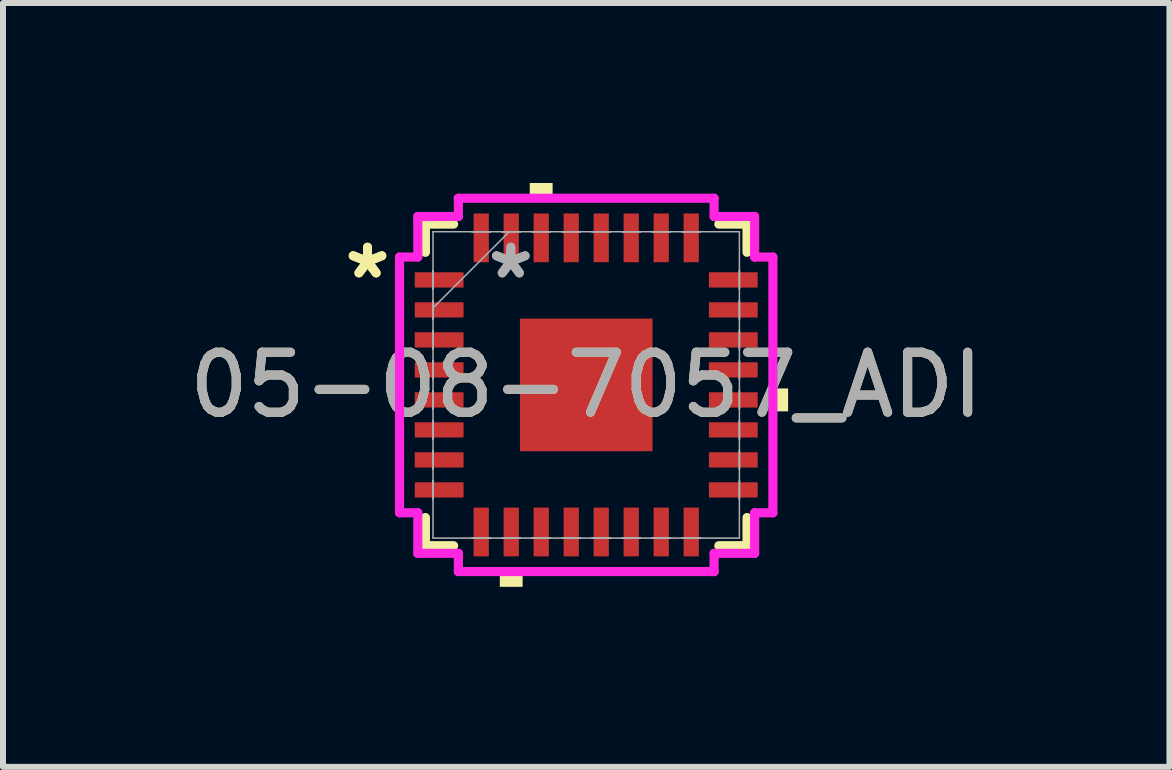
<source format=kicad_pcb>
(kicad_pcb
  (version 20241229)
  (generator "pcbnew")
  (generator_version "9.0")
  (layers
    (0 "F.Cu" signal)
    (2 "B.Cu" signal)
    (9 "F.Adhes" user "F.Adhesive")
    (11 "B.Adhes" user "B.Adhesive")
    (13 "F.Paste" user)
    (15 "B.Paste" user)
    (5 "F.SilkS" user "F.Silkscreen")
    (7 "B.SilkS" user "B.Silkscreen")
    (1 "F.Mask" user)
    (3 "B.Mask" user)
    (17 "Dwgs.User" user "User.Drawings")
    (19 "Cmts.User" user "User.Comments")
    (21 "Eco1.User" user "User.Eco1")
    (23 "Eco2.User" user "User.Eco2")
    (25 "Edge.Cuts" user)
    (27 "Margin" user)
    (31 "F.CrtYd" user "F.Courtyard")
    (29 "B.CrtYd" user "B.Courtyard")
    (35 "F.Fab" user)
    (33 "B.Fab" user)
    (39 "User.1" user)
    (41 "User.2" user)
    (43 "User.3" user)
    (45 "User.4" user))
  (footprint "05-08-7057_ADI"
    (layer "F.Cu")
    (at 6.72 3.365)
    (property "Reference" "05-08-7057_ADI" (at 0 0 0) (unlocked yes) (layer "F.SilkS") (effects (font (size 1 1) (thickness 0.15))))
    (attr smd)
    (fp_line (start -2.68 -2.68) (end -2.68 -2.21) (stroke (width 0.152) (type solid)) (layer "F.SilkS"))
    (fp_line (start -2.68 2.21) (end -2.68 2.68) (stroke (width 0.152) (type solid)) (layer "F.SilkS"))
    (fp_line (start -2.68 2.68) (end -2.21 2.68) (stroke (width 0.152) (type solid)) (layer "F.SilkS"))
    (fp_line (start -2.21 -2.68) (end -2.68 -2.68) (stroke (width 0.152) (type solid)) (layer "F.SilkS"))
    (fp_line (start 2.21 2.68) (end 2.68 2.68) (stroke (width 0.152) (type solid)) (layer "F.SilkS"))
    (fp_line (start 2.68 -2.68) (end 2.21 -2.68) (stroke (width 0.152) (type solid)) (layer "F.SilkS"))
    (fp_line (start 2.68 -2.21) (end 2.68 -2.68) (stroke (width 0.152) (type solid)) (layer "F.SilkS"))
    (fp_line (start 2.68 2.68) (end 2.68 2.21) (stroke (width 0.152) (type solid)) (layer "F.SilkS"))
    (fp_poly (pts (xy -1.44 3.111) (xy -1.44 3.365) (xy -1.06 3.365) (xy -1.06 3.111)) (stroke (width 0) (type solid)) (fill yes) (layer "F.SilkS"))
    (fp_poly (pts (xy -0.941 -3.111) (xy -0.941 -3.365) (xy -0.56 -3.365) (xy -0.56 -3.111)) (stroke (width 0) (type solid)) (fill yes) (layer "F.SilkS"))
    (fp_poly (pts (xy 3.365 0.059) (xy 3.365 0.441) (xy 3.111 0.441) (xy 3.111 0.059)) (stroke (width 0) (type solid)) (fill yes) (layer "F.SilkS"))
    (fp_line (start -3.111 -2.131) (end -2.807 -2.131) (stroke (width 0.152) (type solid)) (layer "F.CrtYd"))
    (fp_line (start -3.111 2.131) (end -3.111 -2.131) (stroke (width 0.152) (type solid)) (layer "F.CrtYd"))
    (fp_line (start -2.807 -2.807) (end -2.131 -2.807) (stroke (width 0.152) (type solid)) (layer "F.CrtYd"))
    (fp_line (start -2.807 -2.131) (end -2.807 -2.807) (stroke (width 0.152) (type solid)) (layer "F.CrtYd"))
    (fp_line (start -2.807 2.131) (end -3.111 2.131) (stroke (width 0.152) (type solid)) (layer "F.CrtYd"))
    (fp_line (start -2.807 2.807) (end -2.807 2.131) (stroke (width 0.152) (type solid)) (layer "F.CrtYd"))
    (fp_line (start -2.131 -3.111) (end 2.131 -3.111) (stroke (width 0.152) (type solid)) (layer "F.CrtYd"))
    (fp_line (start -2.131 -2.807) (end -2.131 -3.111) (stroke (width 0.152) (type solid)) (layer "F.CrtYd"))
    (fp_line (start -2.131 2.807) (end -2.807 2.807) (stroke (width 0.152) (type solid)) (layer "F.CrtYd"))
    (fp_line (start -2.131 3.111) (end -2.131 2.807) (stroke (width 0.152) (type solid)) (layer "F.CrtYd"))
    (fp_line (start 2.131 -3.111) (end 2.131 -2.807) (stroke (width 0.152) (type solid)) (layer "F.CrtYd"))
    (fp_line (start 2.131 -2.807) (end 2.807 -2.807) (stroke (width 0.152) (type solid)) (layer "F.CrtYd"))
    (fp_line (start 2.131 2.807) (end 2.131 3.111) (stroke (width 0.152) (type solid)) (layer "F.CrtYd"))
    (fp_line (start 2.131 3.111) (end -2.131 3.111) (stroke (width 0.152) (type solid)) (layer "F.CrtYd"))
    (fp_line (start 2.807 -2.807) (end 2.807 -2.131) (stroke (width 0.152) (type solid)) (layer "F.CrtYd"))
    (fp_line (start 2.807 -2.131) (end 3.111 -2.131) (stroke (width 0.152) (type solid)) (layer "F.CrtYd"))
    (fp_line (start 2.807 2.131) (end 2.807 2.807) (stroke (width 0.152) (type solid)) (layer "F.CrtYd"))
    (fp_line (start 2.807 2.807) (end 2.131 2.807) (stroke (width 0.152) (type solid)) (layer "F.CrtYd"))
    (fp_line (start 3.111 -2.131) (end 3.111 2.131) (stroke (width 0.152) (type solid)) (layer "F.CrtYd"))
    (fp_line (start 3.111 2.131) (end 2.807 2.131) (stroke (width 0.152) (type solid)) (layer "F.CrtYd"))
    (fp_line (start -2.553 -2.553) (end -2.553 2.553) (stroke (width 0.025) (type solid)) (layer "F.Fab"))
    (fp_line (start -2.553 -1.902) (end -2.553 -1.902) (stroke (width 0.025) (type solid)) (layer "F.Fab"))
    (fp_line (start -2.553 -1.902) (end -2.553 -1.598) (stroke (width 0.025) (type solid)) (layer "F.Fab"))
    (fp_line (start -2.553 -1.598) (end -2.553 -1.902) (stroke (width 0.025) (type solid)) (layer "F.Fab"))
    (fp_line (start -2.553 -1.598) (end -2.553 -1.598) (stroke (width 0.025) (type solid)) (layer "F.Fab"))
    (fp_line (start -2.553 -1.402) (end -2.553 -1.402) (stroke (width 0.025) (type solid)) (layer "F.Fab"))
    (fp_line (start -2.553 -1.402) (end -2.553 -1.098) (stroke (width 0.025) (type solid)) (layer "F.Fab"))
    (fp_line (start -2.553 -1.283) (end -1.283 -2.553) (stroke (width 0.025) (type solid)) (layer "F.Fab"))
    (fp_line (start -2.553 -1.098) (end -2.553 -1.402) (stroke (width 0.025) (type solid)) (layer "F.Fab"))
    (fp_line (start -2.553 -1.098) (end -2.553 -1.098) (stroke (width 0.025) (type solid)) (layer "F.Fab"))
    (fp_line (start -2.553 -0.902) (end -2.553 -0.902) (stroke (width 0.025) (type solid)) (layer "F.Fab"))
    (fp_line (start -2.553 -0.902) (end -2.553 -0.598) (stroke (width 0.025) (type solid)) (layer "F.Fab"))
    (fp_line (start -2.553 -0.598) (end -2.553 -0.902) (stroke (width 0.025) (type solid)) (layer "F.Fab"))
    (fp_line (start -2.553 -0.598) (end -2.553 -0.598) (stroke (width 0.025) (type solid)) (layer "F.Fab"))
    (fp_line (start -2.553 -0.402) (end -2.553 -0.402) (stroke (width 0.025) (type solid)) (layer "F.Fab"))
    (fp_line (start -2.553 -0.402) (end -2.553 -0.098) (stroke (width 0.025) (type solid)) (layer "F.Fab"))
    (fp_line (start -2.553 -0.098) (end -2.553 -0.402) (stroke (width 0.025) (type solid)) (layer "F.Fab"))
    (fp_line (start -2.553 -0.098) (end -2.553 -0.098) (stroke (width 0.025) (type solid)) (layer "F.Fab"))
    (fp_line (start -2.553 0.098) (end -2.553 0.098) (stroke (width 0.025) (type solid)) (layer "F.Fab"))
    (fp_line (start -2.553 0.098) (end -2.553 0.402) (stroke (width 0.025) (type solid)) (layer "F.Fab"))
    (fp_line (start -2.553 0.402) (end -2.553 0.098) (stroke (width 0.025) (type solid)) (layer "F.Fab"))
    (fp_line (start -2.553 0.402) (end -2.553 0.402) (stroke (width 0.025) (type solid)) (layer "F.Fab"))
    (fp_line (start -2.553 0.598) (end -2.553 0.598) (stroke (width 0.025) (type solid)) (layer "F.Fab"))
    (fp_line (start -2.553 0.598) (end -2.553 0.902) (stroke (width 0.025) (type solid)) (layer "F.Fab"))
    (fp_line (start -2.553 0.902) (end -2.553 0.598) (stroke (width 0.025) (type solid)) (layer "F.Fab"))
    (fp_line (start -2.553 0.902) (end -2.553 0.902) (stroke (width 0.025) (type solid)) (layer "F.Fab"))
    (fp_line (start -2.553 1.098) (end -2.553 1.098) (stroke (width 0.025) (type solid)) (layer "F.Fab"))
    (fp_line (start -2.553 1.098) (end -2.553 1.402) (stroke (width 0.025) (type solid)) (layer "F.Fab"))
    (fp_line (start -2.553 1.402) (end -2.553 1.098) (stroke (width 0.025) (type solid)) (layer "F.Fab"))
    (fp_line (start -2.553 1.402) (end -2.553 1.402) (stroke (width 0.025) (type solid)) (layer "F.Fab"))
    (fp_line (start -2.553 1.598) (end -2.553 1.598) (stroke (width 0.025) (type solid)) (layer "F.Fab"))
    (fp_line (start -2.553 1.598) (end -2.553 1.902) (stroke (width 0.025) (type solid)) (layer "F.Fab"))
    (fp_line (start -2.553 1.902) (end -2.553 1.598) (stroke (width 0.025) (type solid)) (layer "F.Fab"))
    (fp_line (start -2.553 1.902) (end -2.553 1.902) (stroke (width 0.025) (type solid)) (layer "F.Fab"))
    (fp_line (start -2.553 2.553) (end 2.553 2.553) (stroke (width 0.025) (type solid)) (layer "F.Fab"))
    (fp_line (start -1.902 -2.553) (end -1.902 -2.553) (stroke (width 0.025) (type solid)) (layer "F.Fab"))
    (fp_line (start -1.902 -2.553) (end -1.598 -2.553) (stroke (width 0.025) (type solid)) (layer "F.Fab"))
    (fp_line (start -1.902 2.553) (end -1.902 2.553) (stroke (width 0.025) (type solid)) (layer "F.Fab"))
    (fp_line (start -1.902 2.553) (end -1.598 2.553) (stroke (width 0.025) (type solid)) (layer "F.Fab"))
    (fp_line (start -1.598 -2.553) (end -1.902 -2.553) (stroke (width 0.025) (type solid)) (layer "F.Fab"))
    (fp_line (start -1.598 -2.553) (end -1.598 -2.553) (stroke (width 0.025) (type solid)) (layer "F.Fab"))
    (fp_line (start -1.598 2.553) (end -1.902 2.553) (stroke (width 0.025) (type solid)) (layer "F.Fab"))
    (fp_line (start -1.598 2.553) (end -1.598 2.553) (stroke (width 0.025) (type solid)) (layer "F.Fab"))
    (fp_line (start -1.402 -2.553) (end -1.402 -2.553) (stroke (width 0.025) (type solid)) (layer "F.Fab"))
    (fp_line (start -1.402 -2.553) (end -1.098 -2.553) (stroke (width 0.025) (type solid)) (layer "F.Fab"))
    (fp_line (start -1.402 2.553) (end -1.402 2.553) (stroke (width 0.025) (type solid)) (layer "F.Fab"))
    (fp_line (start -1.402 2.553) (end -1.098 2.553) (stroke (width 0.025) (type solid)) (layer "F.Fab"))
    (fp_line (start -1.098 -2.553) (end -1.402 -2.553) (stroke (width 0.025) (type solid)) (layer "F.Fab"))
    (fp_line (start -1.098 -2.553) (end -1.098 -2.553) (stroke (width 0.025) (type solid)) (layer "F.Fab"))
    (fp_line (start -1.098 2.553) (end -1.402 2.553) (stroke (width 0.025) (type solid)) (layer "F.Fab"))
    (fp_line (start -1.098 2.553) (end -1.098 2.553) (stroke (width 0.025) (type solid)) (layer "F.Fab"))
    (fp_line (start -0.902 -2.553) (end -0.902 -2.553) (stroke (width 0.025) (type solid)) (layer "F.Fab"))
    (fp_line (start -0.902 -2.553) (end -0.598 -2.553) (stroke (width 0.025) (type solid)) (layer "F.Fab"))
    (fp_line (start -0.902 2.553) (end -0.902 2.553) (stroke (width 0.025) (type solid)) (layer "F.Fab"))
    (fp_line (start -0.902 2.553) (end -0.598 2.553) (stroke (width 0.025) (type solid)) (layer "F.Fab"))
    (fp_line (start -0.598 -2.553) (end -0.902 -2.553) (stroke (width 0.025) (type solid)) (layer "F.Fab"))
    (fp_line (start -0.598 -2.553) (end -0.598 -2.553) (stroke (width 0.025) (type solid)) (layer "F.Fab"))
    (fp_line (start -0.598 2.553) (end -0.902 2.553) (stroke (width 0.025) (type solid)) (layer "F.Fab"))
    (fp_line (start -0.598 2.553) (end -0.598 2.553) (stroke (width 0.025) (type solid)) (layer "F.Fab"))
    (fp_line (start -0.402 -2.553) (end -0.402 -2.553) (stroke (width 0.025) (type solid)) (layer "F.Fab"))
    (fp_line (start -0.402 -2.553) (end -0.098 -2.553) (stroke (width 0.025) (type solid)) (layer "F.Fab"))
    (fp_line (start -0.402 2.553) (end -0.402 2.553) (stroke (width 0.025) (type solid)) (layer "F.Fab"))
    (fp_line (start -0.402 2.553) (end -0.098 2.553) (stroke (width 0.025) (type solid)) (layer "F.Fab"))
    (fp_line (start -0.098 -2.553) (end -0.402 -2.553) (stroke (width 0.025) (type solid)) (layer "F.Fab"))
    (fp_line (start -0.098 -2.553) (end -0.098 -2.553) (stroke (width 0.025) (type solid)) (layer "F.Fab"))
    (fp_line (start -0.098 2.553) (end -0.402 2.553) (stroke (width 0.025) (type solid)) (layer "F.Fab"))
    (fp_line (start -0.098 2.553) (end -0.098 2.553) (stroke (width 0.025) (type solid)) (layer "F.Fab"))
    (fp_line (start 0.098 -2.553) (end 0.098 -2.553) (stroke (width 0.025) (type solid)) (layer "F.Fab"))
    (fp_line (start 0.098 -2.553) (end 0.402 -2.553) (stroke (width 0.025) (type solid)) (layer "F.Fab"))
    (fp_line (start 0.098 2.553) (end 0.098 2.553) (stroke (width 0.025) (type solid)) (layer "F.Fab"))
    (fp_line (start 0.098 2.553) (end 0.402 2.553) (stroke (width 0.025) (type solid)) (layer "F.Fab"))
    (fp_line (start 0.402 -2.553) (end 0.098 -2.553) (stroke (width 0.025) (type solid)) (layer "F.Fab"))
    (fp_line (start 0.402 -2.553) (end 0.402 -2.553) (stroke (width 0.025) (type solid)) (layer "F.Fab"))
    (fp_line (start 0.402 2.553) (end 0.098 2.553) (stroke (width 0.025) (type solid)) (layer "F.Fab"))
    (fp_line (start 0.402 2.553) (end 0.402 2.553) (stroke (width 0.025) (type solid)) (layer "F.Fab"))
    (fp_line (start 0.598 -2.553) (end 0.598 -2.553) (stroke (width 0.025) (type solid)) (layer "F.Fab"))
    (fp_line (start 0.598 -2.553) (end 0.902 -2.553) (stroke (width 0.025) (type solid)) (layer "F.Fab"))
    (fp_line (start 0.598 2.553) (end 0.598 2.553) (stroke (width 0.025) (type solid)) (layer "F.Fab"))
    (fp_line (start 0.598 2.553) (end 0.902 2.553) (stroke (width 0.025) (type solid)) (layer "F.Fab"))
    (fp_line (start 0.902 -2.553) (end 0.598 -2.553) (stroke (width 0.025) (type solid)) (layer "F.Fab"))
    (fp_line (start 0.902 -2.553) (end 0.902 -2.553) (stroke (width 0.025) (type solid)) (layer "F.Fab"))
    (fp_line (start 0.902 2.553) (end 0.598 2.553) (stroke (width 0.025) (type solid)) (layer "F.Fab"))
    (fp_line (start 0.902 2.553) (end 0.902 2.553) (stroke (width 0.025) (type solid)) (layer "F.Fab"))
    (fp_line (start 1.098 -2.553) (end 1.098 -2.553) (stroke (width 0.025) (type solid)) (layer "F.Fab"))
    (fp_line (start 1.098 -2.553) (end 1.402 -2.553) (stroke (width 0.025) (type solid)) (layer "F.Fab"))
    (fp_line (start 1.098 2.553) (end 1.098 2.553) (stroke (width 0.025) (type solid)) (layer "F.Fab"))
    (fp_line (start 1.098 2.553) (end 1.402 2.553) (stroke (width 0.025) (type solid)) (layer "F.Fab"))
    (fp_line (start 1.402 -2.553) (end 1.098 -2.553) (stroke (width 0.025) (type solid)) (layer "F.Fab"))
    (fp_line (start 1.402 -2.553) (end 1.402 -2.553) (stroke (width 0.025) (type solid)) (layer "F.Fab"))
    (fp_line (start 1.402 2.553) (end 1.098 2.553) (stroke (width 0.025) (type solid)) (layer "F.Fab"))
    (fp_line (start 1.402 2.553) (end 1.402 2.553) (stroke (width 0.025) (type solid)) (layer "F.Fab"))
    (fp_line (start 1.598 -2.553) (end 1.598 -2.553) (stroke (width 0.025) (type solid)) (layer "F.Fab"))
    (fp_line (start 1.598 -2.553) (end 1.902 -2.553) (stroke (width 0.025) (type solid)) (layer "F.Fab"))
    (fp_line (start 1.598 2.553) (end 1.598 2.553) (stroke (width 0.025) (type solid)) (layer "F.Fab"))
    (fp_line (start 1.598 2.553) (end 1.902 2.553) (stroke (width 0.025) (type solid)) (layer "F.Fab"))
    (fp_line (start 1.902 -2.553) (end 1.598 -2.553) (stroke (width 0.025) (type solid)) (layer "F.Fab"))
    (fp_line (start 1.902 -2.553) (end 1.902 -2.553) (stroke (width 0.025) (type solid)) (layer "F.Fab"))
    (fp_line (start 1.902 2.553) (end 1.598 2.553) (stroke (width 0.025) (type solid)) (layer "F.Fab"))
    (fp_line (start 1.902 2.553) (end 1.902 2.553) (stroke (width 0.025) (type solid)) (layer "F.Fab"))
    (fp_line (start 2.553 -2.553) (end -2.553 -2.553) (stroke (width 0.025) (type solid)) (layer "F.Fab"))
    (fp_line (start 2.553 -1.902) (end 2.553 -1.902) (stroke (width 0.025) (type solid)) (layer "F.Fab"))
    (fp_line (start 2.553 -1.902) (end 2.553 -1.598) (stroke (width 0.025) (type solid)) (layer "F.Fab"))
    (fp_line (start 2.553 -1.598) (end 2.553 -1.902) (stroke (width 0.025) (type solid)) (layer "F.Fab"))
    (fp_line (start 2.553 -1.598) (end 2.553 -1.598) (stroke (width 0.025) (type solid)) (layer "F.Fab"))
    (fp_line (start 2.553 -1.402) (end 2.553 -1.402) (stroke (width 0.025) (type solid)) (layer "F.Fab"))
    (fp_line (start 2.553 -1.402) (end 2.553 -1.098) (stroke (width 0.025) (type solid)) (layer "F.Fab"))
    (fp_line (start 2.553 -1.098) (end 2.553 -1.402) (stroke (width 0.025) (type solid)) (layer "F.Fab"))
    (fp_line (start 2.553 -1.098) (end 2.553 -1.098) (stroke (width 0.025) (type solid)) (layer "F.Fab"))
    (fp_line (start 2.553 -0.902) (end 2.553 -0.902) (stroke (width 0.025) (type solid)) (layer "F.Fab"))
    (fp_line (start 2.553 -0.902) (end 2.553 -0.598) (stroke (width 0.025) (type solid)) (layer "F.Fab"))
    (fp_line (start 2.553 -0.598) (end 2.553 -0.902) (stroke (width 0.025) (type solid)) (layer "F.Fab"))
    (fp_line (start 2.553 -0.598) (end 2.553 -0.598) (stroke (width 0.025) (type solid)) (layer "F.Fab"))
    (fp_line (start 2.553 -0.402) (end 2.553 -0.402) (stroke (width 0.025) (type solid)) (layer "F.Fab"))
    (fp_line (start 2.553 -0.402) (end 2.553 -0.098) (stroke (width 0.025) (type solid)) (layer "F.Fab"))
    (fp_line (start 2.553 -0.098) (end 2.553 -0.402) (stroke (width 0.025) (type solid)) (layer "F.Fab"))
    (fp_line (start 2.553 -0.098) (end 2.553 -0.098) (stroke (width 0.025) (type solid)) (layer "F.Fab"))
    (fp_line (start 2.553 0.098) (end 2.553 0.098) (stroke (width 0.025) (type solid)) (layer "F.Fab"))
    (fp_line (start 2.553 0.098) (end 2.553 0.402) (stroke (width 0.025) (type solid)) (layer "F.Fab"))
    (fp_line (start 2.553 0.402) (end 2.553 0.098) (stroke (width 0.025) (type solid)) (layer "F.Fab"))
    (fp_line (start 2.553 0.402) (end 2.553 0.402) (stroke (width 0.025) (type solid)) (layer "F.Fab"))
    (fp_line (start 2.553 0.598) (end 2.553 0.598) (stroke (width 0.025) (type solid)) (layer "F.Fab"))
    (fp_line (start 2.553 0.598) (end 2.553 0.902) (stroke (width 0.025) (type solid)) (layer "F.Fab"))
    (fp_line (start 2.553 0.902) (end 2.553 0.598) (stroke (width 0.025) (type solid)) (layer "F.Fab"))
    (fp_line (start 2.553 0.902) (end 2.553 0.902) (stroke (width 0.025) (type solid)) (layer "F.Fab"))
    (fp_line (start 2.553 1.098) (end 2.553 1.098) (stroke (width 0.025) (type solid)) (layer "F.Fab"))
    (fp_line (start 2.553 1.098) (end 2.553 1.402) (stroke (width 0.025) (type solid)) (layer "F.Fab"))
    (fp_line (start 2.553 1.402) (end 2.553 1.098) (stroke (width 0.025) (type solid)) (layer "F.Fab"))
    (fp_line (start 2.553 1.402) (end 2.553 1.402) (stroke (width 0.025) (type solid)) (layer "F.Fab"))
    (fp_line (start 2.553 1.598) (end 2.553 1.598) (stroke (width 0.025) (type solid)) (layer "F.Fab"))
    (fp_line (start 2.553 1.598) (end 2.553 1.902) (stroke (width 0.025) (type solid)) (layer "F.Fab"))
    (fp_line (start 2.553 1.902) (end 2.553 1.598) (stroke (width 0.025) (type solid)) (layer "F.Fab"))
    (fp_line (start 2.553 1.902) (end 2.553 1.902) (stroke (width 0.025) (type solid)) (layer "F.Fab"))
    (fp_line (start 2.553 2.553) (end 2.553 -2.553) (stroke (width 0.025) (type solid)) (layer "F.Fab"))
    (fp_text user "*" (at -3.645 -1.75 0) (layer "F.SilkS") (effects (font (size 1 1) (thickness 0.15))))
    (fp_text user "*" (at -3.645 -1.75 0) (unlocked yes) (layer "F.SilkS") (effects (font (size 1 1) (thickness 0.15))))
    (fp_text user "${REFERENCE}" (at 0 0 0) (unlocked yes) (layer "F.Fab") (effects (font (size 1 1) (thickness 0.15))))
    (fp_text user "*" (at -1.257 -1.75 0) (unlocked yes) (layer "F.Fab") (effects (font (size 1 1) (thickness 0.15))))
    (fp_text user "*" (at -1.257 -1.75 0) (layer "F.Fab") (effects (font (size 1 1) (thickness 0.15))))
    (pad "1" smd rect (at -2.451 -1.75 90) (size 0.254 0.813) (layers "F.Cu" "F.Mask" "F.Paste"))
    (pad "2" smd rect (at -2.451 -1.25 90) (size 0.254 0.813) (layers "F.Cu" "F.Mask" "F.Paste"))
    (pad "3" smd rect (at -2.451 -0.75 90) (size 0.254 0.813) (layers "F.Cu" "F.Mask" "F.Paste"))
    (pad "4" smd rect (at -2.451 -0.25 90) (size 0.254 0.813) (layers "F.Cu" "F.Mask" "F.Paste"))
    (pad "5" smd rect (at -2.451 0.25 90) (size 0.254 0.813) (layers "F.Cu" "F.Mask" "F.Paste"))
    (pad "6" smd rect (at -2.451 0.75 90) (size 0.254 0.813) (layers "F.Cu" "F.Mask" "F.Paste"))
    (pad "7" smd rect (at -2.451 1.25 90) (size 0.254 0.813) (layers "F.Cu" "F.Mask" "F.Paste"))
    (pad "8" smd rect (at -2.451 1.75 90) (size 0.254 0.813) (layers "F.Cu" "F.Mask" "F.Paste"))
    (pad "9" smd rect (at -1.75 2.451) (size 0.254 0.813) (layers "F.Cu" "F.Mask" "F.Paste"))
    (pad "10" smd rect (at -1.25 2.451) (size 0.254 0.813) (layers "F.Cu" "F.Mask" "F.Paste"))
    (pad "11" smd rect (at -0.75 2.451) (size 0.254 0.813) (layers "F.Cu" "F.Mask" "F.Paste"))
    (pad "12" smd rect (at -0.25 2.451) (size 0.254 0.813) (layers "F.Cu" "F.Mask" "F.Paste"))
    (pad "13" smd rect (at 0.25 2.451) (size 0.254 0.813) (layers "F.Cu" "F.Mask" "F.Paste"))
    (pad "14" smd rect (at 0.75 2.451) (size 0.254 0.813) (layers "F.Cu" "F.Mask" "F.Paste"))
    (pad "15" smd rect (at 1.25 2.451) (size 0.254 0.813) (layers "F.Cu" "F.Mask" "F.Paste"))
    (pad "16" smd rect (at 1.75 2.451) (size 0.254 0.813) (layers "F.Cu" "F.Mask" "F.Paste"))
    (pad "17" smd rect (at 2.451 1.75 90) (size 0.254 0.813) (layers "F.Cu" "F.Mask" "F.Paste"))
    (pad "18" smd rect (at 2.451 1.25 90) (size 0.254 0.813) (layers "F.Cu" "F.Mask" "F.Paste"))
    (pad "19" smd rect (at 2.451 0.75 90) (size 0.254 0.813) (layers "F.Cu" "F.Mask" "F.Paste"))
    (pad "20" smd rect (at 2.451 0.25 90) (size 0.254 0.813) (layers "F.Cu" "F.Mask" "F.Paste"))
    (pad "21" smd rect (at 2.451 -0.25 90) (size 0.254 0.813) (layers "F.Cu" "F.Mask" "F.Paste"))
    (pad "22" smd rect (at 2.451 -0.75 90) (size 0.254 0.813) (layers "F.Cu" "F.Mask" "F.Paste"))
    (pad "23" smd rect (at 2.451 -1.25 90) (size 0.254 0.813) (layers "F.Cu" "F.Mask" "F.Paste"))
    (pad "24" smd rect (at 2.451 -1.75 90) (size 0.254 0.813) (layers "F.Cu" "F.Mask" "F.Paste"))
    (pad "25" smd rect (at 1.75 -2.451) (size 0.254 0.813) (layers "F.Cu" "F.Mask" "F.Paste"))
    (pad "26" smd rect (at 1.25 -2.451) (size 0.254 0.813) (layers "F.Cu" "F.Mask" "F.Paste"))
    (pad "27" smd rect (at 0.75 -2.451) (size 0.254 0.813) (layers "F.Cu" "F.Mask" "F.Paste"))
    (pad "28" smd rect (at 0.25 -2.451) (size 0.254 0.813) (layers "F.Cu" "F.Mask" "F.Paste"))
    (pad "29" smd rect (at -0.25 -2.451) (size 0.254 0.813) (layers "F.Cu" "F.Mask" "F.Paste"))
    (pad "30" smd rect (at -0.75 -2.451) (size 0.254 0.813) (layers "F.Cu" "F.Mask" "F.Paste"))
    (pad "31" smd rect (at -1.25 -2.451) (size 0.254 0.813) (layers "F.Cu" "F.Mask" "F.Paste"))
    (pad "32" smd rect (at -1.75 -2.451) (size 0.254 0.813) (layers "F.Cu" "F.Mask" "F.Paste"))
    (pad "33" smd rect (at 0 0) (size 2.21 2.21) (layers "F.Cu" "F.Mask" "F.Paste")))
  (gr_rect
    (start -3 -3)
    (end 16.44 9.731)
    (stroke (width 0.1) (type default))
    (fill no)
    (layer "Edge.Cuts")))
</source>
